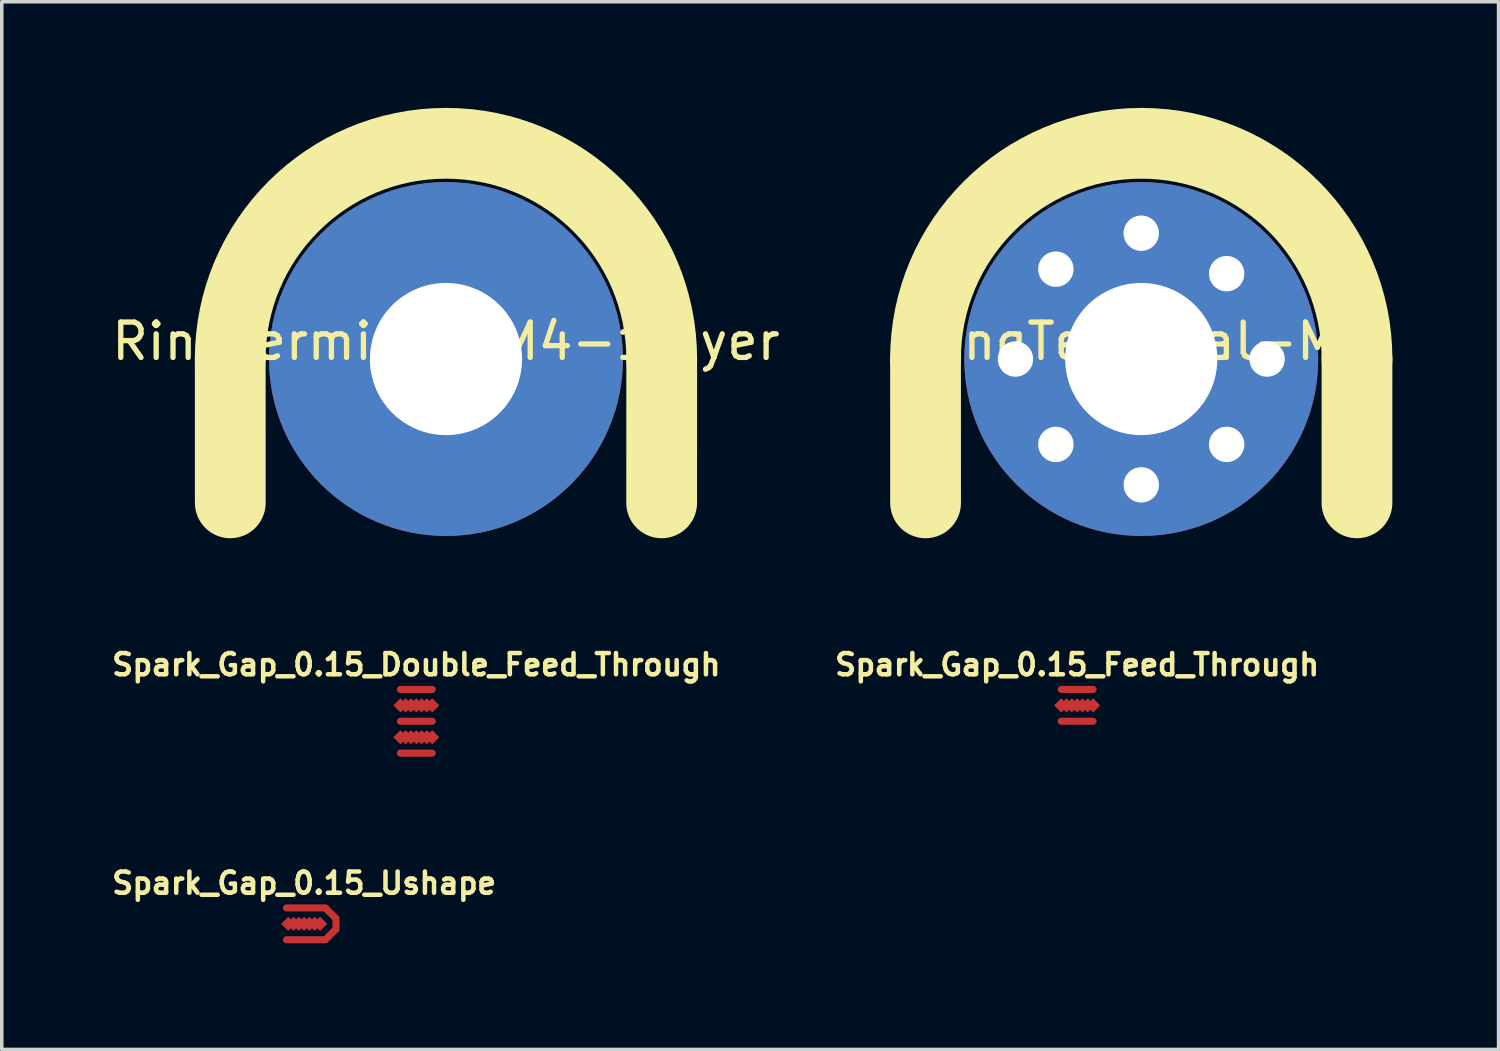
<source format=kicad_pcb>
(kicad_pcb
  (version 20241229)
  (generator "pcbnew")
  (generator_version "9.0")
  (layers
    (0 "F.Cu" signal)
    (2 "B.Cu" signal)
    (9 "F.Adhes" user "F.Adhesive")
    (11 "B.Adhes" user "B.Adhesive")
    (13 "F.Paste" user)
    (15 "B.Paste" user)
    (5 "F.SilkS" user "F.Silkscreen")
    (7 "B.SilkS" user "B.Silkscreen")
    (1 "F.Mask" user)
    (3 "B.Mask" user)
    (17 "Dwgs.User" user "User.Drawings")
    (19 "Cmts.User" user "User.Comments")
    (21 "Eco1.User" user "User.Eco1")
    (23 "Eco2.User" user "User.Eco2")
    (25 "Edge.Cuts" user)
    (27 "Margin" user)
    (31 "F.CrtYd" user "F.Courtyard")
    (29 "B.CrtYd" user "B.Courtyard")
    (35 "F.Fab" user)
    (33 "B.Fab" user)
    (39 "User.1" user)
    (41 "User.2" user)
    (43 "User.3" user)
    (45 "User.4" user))
  (footprint "RingTerminal-M4"
    (layer "F.Cu")
    (at 29.204 7.097)
    (property "Reference" "RingTerminal-M4" (at 0 -0.5 0) (unlocked yes) (layer "F.SilkS") (effects (font (size 1 1) (thickness 0.15))))
    (attr through_hole)
    (fp_line (start -6.097 0) (end -6.096 4.064) (stroke (width 2) (type default)) (layer "F.SilkS"))
    (fp_line (start 6.097 0) (end 6.096 4.064) (stroke (width 2) (type default)) (layer "F.SilkS"))
    (fp_arc (start -6.097322 0) (mid 0 -6.097322) (end 6.097322 0) (stroke (width 2) (type default)) (layer "F.SilkS"))
    (pad "1" thru_hole circle (at -3.556 0) (size 2 2) (drill 1) (layers "*.Cu" "*.Mask"))
    (pad "1" thru_hole circle (at -2.413 -2.54) (size 2 2) (drill 1) (layers "*.Cu" "*.Mask"))
    (pad "1" thru_hole circle (at -2.413 2.413) (size 2 2) (drill 1) (layers "*.Cu" "*.Mask"))
    (pad "1" thru_hole circle (at 0 -3.556) (size 2 2) (drill 1) (layers "*.Cu" "*.Mask"))
    (pad "1" thru_hole circle (at 0 0) (size 10 10) (drill 4.3) (layers "*.Cu" "*.Mask"))
    (pad "1" thru_hole circle (at 0 3.556) (size 2 2) (drill 1) (layers "*.Cu" "*.Mask"))
    (pad "1" thru_hole circle (at 2.413 -2.413) (size 2 2) (drill 1) (layers "*.Cu" "*.Mask"))
    (pad "1" thru_hole circle (at 2.413 2.413) (size 2 2) (drill 1) (layers "*.Cu" "*.Mask"))
    (pad "1" thru_hole circle (at 3.556 0) (size 2 2) (drill 1) (layers "*.Cu" "*.Mask")))
  (footprint "Spark_Gap_0.15_Double_Feed_Through"
    (layer "F.Cu")
    (at 8.716 17.335)
    (property "Reference" "Spark_Gap_0.15_Double_Feed_Through" (at 0 -1.6 0) (layer "F.SilkS") (effects (font (size 0.6 0.6) (thickness 0.127))))
    (attr exclude_from_pos_files exclude_from_bom)
    (pad "1" smd rect (at -0.45 0.45 45) (size 0.283 0.283) (layers "F.Cu" "F.Mask" "F.Paste"))
    (pad "1" smd rect (at -0.3 0.45 45) (size 0.283 0.283) (layers "F.Cu" "F.Mask" "F.Paste"))
    (pad "1" smd rect (at -0.15 0.45 45) (size 0.283 0.283) (layers "F.Cu" "F.Mask" "F.Paste"))
    (pad "1" smd rect (at 0 0.45 45) (size 0.283 0.283) (layers "F.Cu" "F.Mask" "F.Paste"))
    (pad "1" smd rect (at 0 0.45) (size 0.5 0.2) (layers "F.Cu" "F.Mask"))
    (pad "1" smd rect (at 0.15 0.45 45) (size 0.283 0.283) (layers "F.Cu" "F.Mask" "F.Paste"))
    (pad "1" smd rect (at 0.3 0.45 45) (size 0.283 0.283) (layers "F.Cu" "F.Mask" "F.Paste"))
    (pad "1" smd rect (at 0.45 0.45 45) (size 0.283 0.283) (layers "F.Cu" "F.Mask" "F.Paste"))
    (pad "2" smd rect (at -0.45 -0.45 45) (size 0.283 0.283) (layers "F.Cu" "F.Mask" "F.Paste"))
    (pad "2" smd rect (at -0.3 -0.45 45) (size 0.283 0.283) (layers "F.Cu" "F.Mask" "F.Paste"))
    (pad "2" smd rect (at -0.15 -0.45 45) (size 0.283 0.283) (layers "F.Cu" "F.Mask" "F.Paste"))
    (pad "2" smd rect (at 0 -0.45 45) (size 0.283 0.283) (layers "F.Cu" "F.Mask" "F.Paste"))
    (pad "2" smd rect (at 0 -0.45) (size 0.5 0.2) (layers "F.Cu" "F.Mask"))
    (pad "2" smd rect (at 0.15 -0.45 45) (size 0.283 0.283) (layers "F.Cu" "F.Mask" "F.Paste"))
    (pad "2" smd rect (at 0.3 -0.45 45) (size 0.283 0.283) (layers "F.Cu" "F.Mask" "F.Paste"))
    (pad "2" smd rect (at 0.45 -0.45 45) (size 0.283 0.283) (layers "F.Cu" "F.Mask" "F.Paste"))
    (pad "3" smd oval (at 0 -0.9) (size 1.1 0.2) (layers "F.Cu" "F.Mask" "F.Paste"))
    (pad "3" smd oval (at 0 0) (size 1.1 0.2) (layers "F.Cu" "F.Mask" "F.Paste"))
    (pad "3" smd oval (at 0 0.9) (size 1.1 0.2) (layers "F.Cu" "F.Mask" "F.Paste")))
  (footprint "RingTerminal-M4-1layer"
    (layer "F.Cu")
    (at 9.554 7.097)
    (property "Reference" "RingTerminal-M4-1layer" (at 0 -0.5 0) (unlocked yes) (layer "F.SilkS") (effects (font (size 1 1) (thickness 0.15))))
    (attr through_hole)
    (fp_line (start -6.097 0) (end -6.096 4.064) (stroke (width 2) (type default)) (layer "F.SilkS"))
    (fp_line (start 6.097 0) (end 6.096 4.064) (stroke (width 2) (type default)) (layer "F.SilkS"))
    (fp_arc (start -6.097322 0) (mid 0 -6.097322) (end 6.097322 0) (stroke (width 2) (type default)) (layer "F.SilkS"))
    (pad "1" thru_hole circle (at 0 0) (size 10 10) (drill 4.3) (layers "*.Cu" "F.Mask")))
  (footprint "Spark_Gap_0.15_Ushape"
    (layer "F.Cu")
    (at 5.545 23.059)
    (property "Reference" "Spark_Gap_0.15_Ushape" (at 0 -1.15 0) (layer "F.SilkS") (effects (font (size 0.6 0.6) (thickness 0.127))))
    (attr exclude_from_pos_files exclude_from_bom)
    (pad "1" smd rect (at -0.45 0 45) (size 0.283 0.283) (layers "F.Cu" "F.Mask" "F.Paste"))
    (pad "1" smd rect (at -0.3 0 45) (size 0.283 0.283) (layers "F.Cu" "F.Mask" "F.Paste"))
    (pad "1" smd rect (at -0.15 0 45) (size 0.283 0.283) (layers "F.Cu" "F.Mask" "F.Paste"))
    (pad "1" smd rect (at 0 0 45) (size 0.283 0.283) (layers "F.Cu" "F.Mask" "F.Paste"))
    (pad "1" smd rect (at 0.15 0 45) (size 0.283 0.283) (layers "F.Cu" "F.Mask" "F.Paste"))
    (pad "1" smd rect (at 0.15 0) (size 0.8 0.2) (layers "F.Cu" "F.Mask"))
    (pad "1" smd rect (at 0.3 0 45) (size 0.283 0.283) (layers "F.Cu" "F.Mask" "F.Paste"))
    (pad "1" smd rect (at 0.45 0 45) (size 0.283 0.283) (layers "F.Cu" "F.Mask" "F.Paste"))
    (pad "2" smd oval (at 0.05 -0.45) (size 1.3 0.2) (layers "F.Cu" "F.Mask" "F.Paste"))
    (pad "2" smd oval (at 0.05 0.45) (size 1.3 0.2) (layers "F.Cu" "F.Mask" "F.Paste"))
    (pad "2" smd oval (at 0.75 -0.3 45) (size 0.2 0.6) (layers "F.Cu" "F.Mask" "F.Paste"))
    (pad "2" smd oval (at 0.75 0.3 135) (size 0.2 0.6) (layers "F.Cu" "F.Mask" "F.Paste"))
    (pad "2" smd oval (at 0.9 0) (size 0.2 0.5) (layers "F.Cu" "F.Mask" "F.Paste")))
  (footprint "Spark_Gap_0.15_Feed_Through"
    (layer "F.Cu")
    (at 27.392 16.885)
    (property "Reference" "Spark_Gap_0.15_Feed_Through" (at 0 -1.15 0) (layer "F.SilkS") (effects (font (size 0.6 0.6) (thickness 0.127))))
    (attr exclude_from_pos_files exclude_from_bom)
    (pad "1" smd rect (at -0.45 0 45) (size 0.283 0.283) (layers "F.Cu" "F.Mask" "F.Paste"))
    (pad "1" smd rect (at -0.3 0 45) (size 0.283 0.283) (layers "F.Cu" "F.Mask" "F.Paste"))
    (pad "1" smd rect (at -0.15 0 45) (size 0.283 0.283) (layers "F.Cu" "F.Mask" "F.Paste"))
    (pad "1" smd rect (at 0 0 45) (size 0.283 0.283) (layers "F.Cu" "F.Mask" "F.Paste"))
    (pad "1" smd rect (at 0 0) (size 0.5 0.2) (layers "F.Cu" "F.Mask"))
    (pad "1" smd rect (at 0.15 0 45) (size 0.283 0.283) (layers "F.Cu" "F.Mask" "F.Paste"))
    (pad "1" smd rect (at 0.3 0 45) (size 0.283 0.283) (layers "F.Cu" "F.Mask" "F.Paste"))
    (pad "1" smd rect (at 0.45 0 45) (size 0.283 0.283) (layers "F.Cu" "F.Mask" "F.Paste"))
    (pad "2" smd oval (at 0 -0.45) (size 1.1 0.2) (layers "F.Cu" "F.Mask" "F.Paste"))
    (pad "2" smd oval (at 0 0.45) (size 1.1 0.2) (layers "F.Cu" "F.Mask" "F.Paste")))
  (gr_rect
    (start -3 -3)
    (end 39.302 26.609)
    (stroke (width 0.1) (type default))
    (fill no)
    (layer "Edge.Cuts")))
</source>
